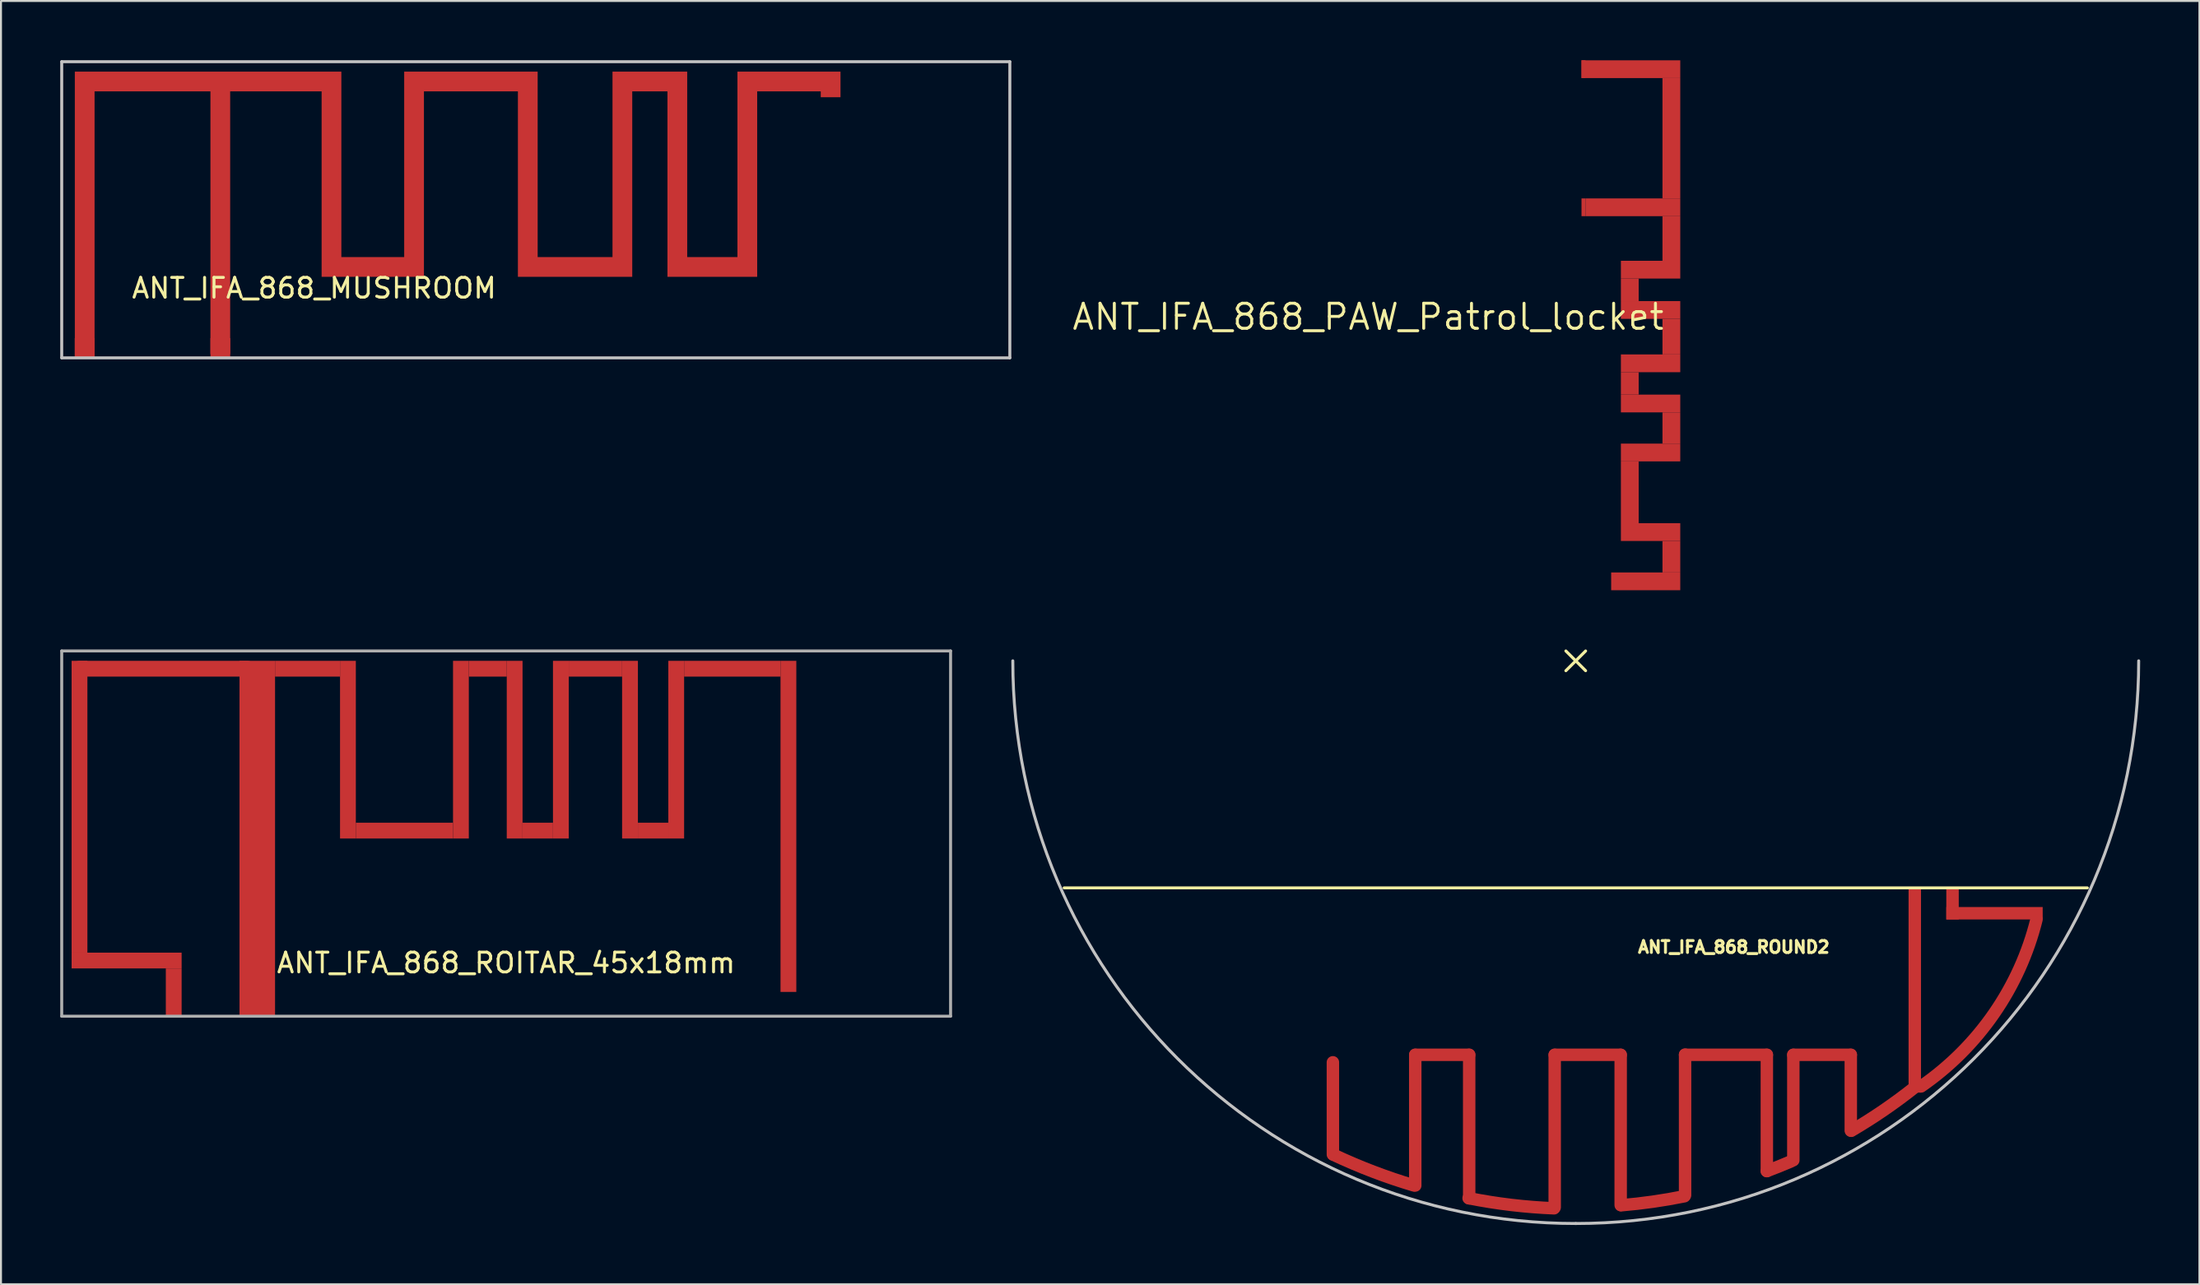
<source format=kicad_pcb>
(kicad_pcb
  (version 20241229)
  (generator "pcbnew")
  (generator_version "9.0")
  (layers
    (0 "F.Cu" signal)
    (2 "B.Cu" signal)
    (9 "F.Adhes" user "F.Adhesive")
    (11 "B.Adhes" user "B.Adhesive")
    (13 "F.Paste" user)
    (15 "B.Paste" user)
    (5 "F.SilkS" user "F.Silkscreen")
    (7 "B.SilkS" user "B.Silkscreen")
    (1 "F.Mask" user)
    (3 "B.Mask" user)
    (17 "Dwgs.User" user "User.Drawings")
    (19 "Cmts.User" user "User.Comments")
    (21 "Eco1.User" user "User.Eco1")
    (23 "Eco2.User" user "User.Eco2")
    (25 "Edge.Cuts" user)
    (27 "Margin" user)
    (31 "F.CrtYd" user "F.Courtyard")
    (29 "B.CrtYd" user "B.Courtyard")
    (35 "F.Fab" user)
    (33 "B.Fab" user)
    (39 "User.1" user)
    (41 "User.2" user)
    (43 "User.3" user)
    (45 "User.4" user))
  (footprint "ANT_IFA_868_PAW_Patrol_locket"
    (layer "F.Cu")
    (at 66.216 13)
    (property "Reference" "ANT_IFA_868_PAW_Patrol_locket" (at 0 0 0) (layer "F.SilkS") (effects (font (size 1.27 1.27) (thickness 0.15))))
    (attr through_hole)
    (fp_poly (pts (xy 10.8 -12.095) (xy 15.8 -12.095) (xy 15.8 -12.995) (xy 10.8 -12.995)) (stroke (width 0.001) (type solid)) (fill yes) (layer "F.Cu"))
    (fp_poly (pts (xy 11 -6) (xy 15.8 -6) (xy 15.8 -5.1) (xy 11 -5.1)) (stroke (width 0.001) (type solid)) (fill yes) (layer "F.Cu"))
    (fp_poly (pts (xy 12.795 -1.941) (xy 13.695 -1.941) (xy 13.695 -0.799) (xy 12.795 -0.799)) (stroke (width 0.001) (type solid)) (fill yes) (layer "F.Cu"))
    (fp_poly (pts (xy 12.795 -0.799) (xy 15.8 -0.799) (xy 15.8 0.101) (xy 12.795 0.101)) (stroke (width 0.001) (type solid)) (fill yes) (layer "F.Cu"))
    (fp_poly (pts (xy 12.795 2.802) (xy 13.695 2.802) (xy 13.695 3.937) (xy 12.795 3.937)) (stroke (width 0.001) (type solid)) (fill yes) (layer "F.Cu"))
    (fp_poly (pts (xy 12.795 3.937) (xy 15.8 3.937) (xy 15.8 4.837) (xy 12.795 4.837)) (stroke (width 0.001) (type solid)) (fill yes) (layer "F.Cu"))
    (fp_poly (pts (xy 12.795 7.319) (xy 13.695 7.319) (xy 13.695 10.451) (xy 12.795 10.451)) (stroke (width 0.001) (type solid)) (fill yes) (layer "F.Cu"))
    (fp_poly (pts (xy 12.795 10.451) (xy 15.8 10.451) (xy 15.8 11.351) (xy 12.795 11.351)) (stroke (width 0.001) (type solid)) (fill yes) (layer "F.Cu"))
    (fp_poly (pts (xy 14.9 -12.095) (xy 15.8 -12.095) (xy 15.8 -6) (xy 14.9 -6)) (stroke (width 0.001) (type solid)) (fill yes) (layer "F.Cu"))
    (fp_poly (pts (xy 15.8 -5.1) (xy 14.9 -5.1) (xy 14.9 -2.841) (xy 15.8 -2.841)) (stroke (width 0.001) (type solid)) (fill yes) (layer "F.Cu"))
    (fp_poly (pts (xy 15.8 -2.841) (xy 12.795 -2.841) (xy 12.795 -1.941) (xy 15.8 -1.941)) (stroke (width 0.001) (type solid)) (fill yes) (layer "F.Cu"))
    (fp_poly (pts (xy 15.8 0.101) (xy 14.9 0.101) (xy 14.9 1.902) (xy 15.8 1.902)) (stroke (width 0.001) (type solid)) (fill yes) (layer "F.Cu"))
    (fp_poly (pts (xy 15.8 1.902) (xy 12.795 1.902) (xy 12.795 2.802) (xy 15.8 2.802)) (stroke (width 0.001) (type solid)) (fill yes) (layer "F.Cu"))
    (fp_poly (pts (xy 15.8 4.837) (xy 14.9 4.837) (xy 14.9 6.419) (xy 15.8 6.419)) (stroke (width 0.001) (type solid)) (fill yes) (layer "F.Cu"))
    (fp_poly (pts (xy 15.8 6.419) (xy 12.795 6.419) (xy 12.795 7.319) (xy 15.8 7.319)) (stroke (width 0.001) (type solid)) (fill yes) (layer "F.Cu"))
    (fp_poly (pts (xy 15.8 11.351) (xy 14.9 11.351) (xy 14.9 12.945) (xy 15.8 12.945)) (stroke (width 0.001) (type solid)) (fill yes) (layer "F.Cu"))
    (fp_poly (pts (xy 15.8 12.945) (xy 12.302 12.945) (xy 12.302 13.845) (xy 15.8 13.845)) (stroke (width 0.001) (type solid)) (fill yes) (layer "F.Cu"))
    (pad "1" smd rect (at 10.9 -5.55) (size 0.2 0.9) (layers "F.Cu"))
    (pad "2" smd rect (at 10.9 -12.55) (size 0.2 0.9) (layers "F.Cu")))
  (footprint "ANT_IFA_868_ROUND2"
    (layer "F.Cu")
    (at 76.725 30.421)
    (property "Reference" "ANT_IFA_868_ROUND2" (at 8 14.5 0) (layer "F.SilkS") (effects (font (size 0.6 0.6) (thickness 0.15))))
    (attr exclude_from_pos_files exclude_from_bom)
    (fp_arc (start -8.2 26.57) (mid -10.267533 25.868619) (end -12.275911 25.012438) (stroke (width 0.63) (type solid)) (layer "F.Cu"))
    (fp_arc (start -1.1 27.73) (mid -3.27228 27.558213) (end -5.424385 27.21652) (stroke (width 0.63) (type solid)) (layer "F.Cu"))
    (fp_arc (start 5.5 27.12) (mid 3.905838 27.395051) (end 2.298328 27.576477) (stroke (width 0.63) (type solid)) (layer "F.Cu"))
    (fp_arc (start 10.881726 25.360554) (mid 10.281217 25.609886) (end 9.675 25.845) (stroke (width 0.63) (type solid)) (layer "F.Cu"))
    (fp_arc (start 17.165 21.6) (mid 15.596592 22.758373) (end 13.950289 23.803081) (stroke (width 0.63) (type solid)) (layer "F.Cu"))
    (fp_arc (start 23.327 13.1) (mid 21.178041 17.862254) (end 17.483 21.556) (stroke (width 0.63) (type solid)) (layer "F.Cu"))
    (fp_line (start -25.9 11.5) (end 25.9 11.5) (stroke (width 0.15) (type solid)) (layer "F.SilkS"))
    (fp_line (start -0.5 -0.5) (end 0.5 0.5) (stroke (width 0.15) (type solid)) (layer "F.SilkS"))
    (fp_line (start 0.5 -0.5) (end -0.5 0.5) (stroke (width 0.15) (type solid)) (layer "F.SilkS"))
    (fp_arc (start 0 28.5) (mid -20.152543 20.152543) (end -28.5 0) (stroke (width 0.15) (type solid)) (layer "Dwgs.User"))
    (fp_arc (start 28.5 0) (mid 20.152543 20.152543) (end 0 28.5) (stroke (width 0.15) (type solid)) (layer "Dwgs.User"))
    (pad "1" smd rect (at 17.165 16.685 180) (size 0.63 10.37) (layers "F.Cu"))
    (pad "2" smd rect (at 19.075 12.3 180) (size 0.63 1.6) (layers "F.Cu"))
    (pad "2" smd rect (at 21.2 12.785 180) (size 4.88 0.63) (layers "F.Cu"))
    (pad "2R" smd oval (at 13.925 21.875 180) (size 0.63 4.47) (layers "F.Cu"))
    (pad "3" smd oval (at 12.47 19.955 180) (size 3.54 0.63) (layers "F.Cu"))
    (pad "4" smd oval (at 11.015 22.625 180) (size 0.63 5.97) (layers "F.Cu"))
    (pad "5" smd oval (at 9.675 22.9 180) (size 0.63 6.52) (layers "F.Cu"))
    (pad "6" smd oval (at 7.605 19.955 180) (size 4.77 0.63) (layers "F.Cu"))
    (pad "7" smd oval (at 5.535 23.505 180) (size 0.63 7.75) (layers "F.Cu"))
    (pad "8" smd oval (at 2.275 23.76 180) (size 0.63 8.24) (layers "F.Cu"))
    (pad "10" smd oval (at 0.605 19.955 180) (size 3.97 0.63) (layers "F.Cu"))
    (pad "11" smd oval (at -1.065 23.815 180) (size 0.63 8.35) (layers "F.Cu"))
    (pad "12" smd oval (at -5.395 23.59 180) (size 0.63 7.9) (layers "F.Cu"))
    (pad "13" smd oval (at -6.76 19.955 180) (size 3.36 0.63) (layers "F.Cu"))
    (pad "14" smd oval (at -8.125 23.265 180) (size 0.63 7.25) (layers "F.Cu"))
    (pad "15" smd oval (at -12.295 22.665 180) (size 0.63 5.29) (layers "F.Cu")))
  (footprint "ANT_IFA_868_MUSHROOM"
    (layer "F.Cu")
    (at 8.075 15.075)
    (property "Reference" "ANT_IFA_868_MUSHROOM" (at 4.78 -3.53 0) (layer "F.SilkS") (effects (font (size 1 1) (thickness 0.15))))
    (attr through_hole)
    (fp_poly (pts (xy -6.337 0.003) (xy -6.337 -13.497) (xy -0.472 -13.497) (xy -0.472 -0.197) (xy 0.528 -0.197) (xy 0.528 -13.497) (xy 5.157 -13.497) (xy 5.157 -4.104) (xy 10.338 -4.104) (xy 10.338 -13.497) (xy 15.095 -13.497) (xy 15.095 -4.104) (xy 20.884 -4.104) (xy 20.884 -13.497) (xy 22.666 -13.497) (xy 22.666 -4.104) (xy 27.209 -4.104) (xy 27.209 -13.497) (xy 30.427 -13.497) (xy 30.427 -13.2) (xy 31.427 -13.2) (xy 31.427 -14.497) (xy 26.209 -14.497) (xy 26.209 -5.104) (xy 23.666 -5.104) (xy 23.666 -14.497) (xy 19.884 -14.497) (xy 19.884 -5.104) (xy 16.095 -5.104) (xy 16.095 -14.497) (xy 9.338 -14.497) (xy 9.338 -5.104) (xy 6.157 -5.104) (xy 6.157 -14.497) (xy -7.337 -14.497) (xy -7.337 0.003)) (stroke (width 0.001) (type solid)) (fill yes) (layer "F.Cu"))
    (fp_line (start -8 -15) (end 40 -15) (stroke (width 0.15) (type solid)) (layer "Dwgs.User"))
    (fp_line (start -8 0) (end -8 -15) (stroke (width 0.15) (type solid)) (layer "Dwgs.User"))
    (fp_line (start 40 -15) (end 40 0) (stroke (width 0.15) (type solid)) (layer "Dwgs.User"))
    (fp_line (start 40 0) (end -8 0) (stroke (width 0.15) (type solid)) (layer "Dwgs.User"))
    (pad "1" smd rect (at 0.03 -0.5) (size 1 1) (layers "F.Cu"))
    (pad "2" smd rect (at -6.84 -0.5) (size 1 1) (layers "F.Cu")))
  (footprint "ANT_IFA_868_ROITAR_45x18mm"
    (layer "F.Cu")
    (at 9.975 48.421)
    (property "Reference" "ANT_IFA_868_ROITAR_45x18mm" (at 12.6 -2.7 0) (layer "F.SilkS") (effects (font (size 1 1) (thickness 0.15))))
    (attr through_hole)
    (fp_line (start -0.5 -17.6) (end -9 -17.6) (stroke (width 0.8) (type solid)) (layer "F.Cu"))
    (fp_line (start -9.9 -18.5) (end -9.9 0) (stroke (width 0.15) (type solid)) (layer "F.Fab"))
    (fp_line (start -9.9 0) (end 35.1 0) (stroke (width 0.15) (type solid)) (layer "F.Fab"))
    (fp_line (start 35.1 -18.5) (end -9.9 -18.5) (stroke (width 0.15) (type solid)) (layer "F.Fab"))
    (fp_line (start 35.1 0) (end 35.1 -18.5) (stroke (width 0.15) (type solid)) (layer "F.Fab"))
    (pad "1" smd rect (at 0 -9) (size 1.8 18) (layers "F.Cu"))
    (pad "1" smd rect (at 2.545 -17.6) (size 3.29 0.8) (layers "F.Cu"))
    (pad "1" smd rect (at 4.59 -13.5) (size 0.8 9) (layers "F.Cu"))
    (pad "1" smd rect (at 7.45 -9.4) (size 4.92 0.8) (layers "F.Cu"))
    (pad "1" smd rect (at 10.31 -13.5) (size 0.8 9) (layers "F.Cu"))
    (pad "1" smd rect (at 11.67 -17.6) (size 1.92 0.8) (layers "F.Cu"))
    (pad "1" smd rect (at 13.03 -13.5) (size 0.8 9) (layers "F.Cu"))
    (pad "1" smd rect (at 14.2 -9.4) (size 1.54 0.8) (layers "F.Cu"))
    (pad "1" smd rect (at 15.37 -13.5) (size 0.8 9) (layers "F.Cu"))
    (pad "1" smd rect (at 17.12 -17.6) (size 2.7 0.8) (layers "F.Cu"))
    (pad "1" smd rect (at 18.87 -13.5) (size 0.8 9) (layers "F.Cu"))
    (pad "1" smd rect (at 20.04 -9.4) (size 1.54 0.8) (layers "F.Cu"))
    (pad "1" smd rect (at 21.21 -13.5) (size 0.8 9) (layers "F.Cu"))
    (pad "1" smd rect (at 24.05 -17.6) (size 4.88 0.8) (layers "F.Cu"))
    (pad "2" smd rect (at -9 -10.61) (size 0.8 14.78) (layers "F.Cu"))
    (pad "2" smd rect (at -6.615 -2.82) (size 5.57 0.8) (layers "F.Cu"))
    (pad "2" smd rect (at -4.23 -1.21) (size 0.8 2.42) (layers "F.Cu"))
    (pad "6" smd rect (at 26.89 -9.615) (size 0.8 16.77) (layers "F.Cu")))
  (gr_rect
    (start -3 -3)
    (end 108.3 61.996)
    (stroke (width 0.1) (type default))
    (fill no)
    (layer "Edge.Cuts")))
</source>
